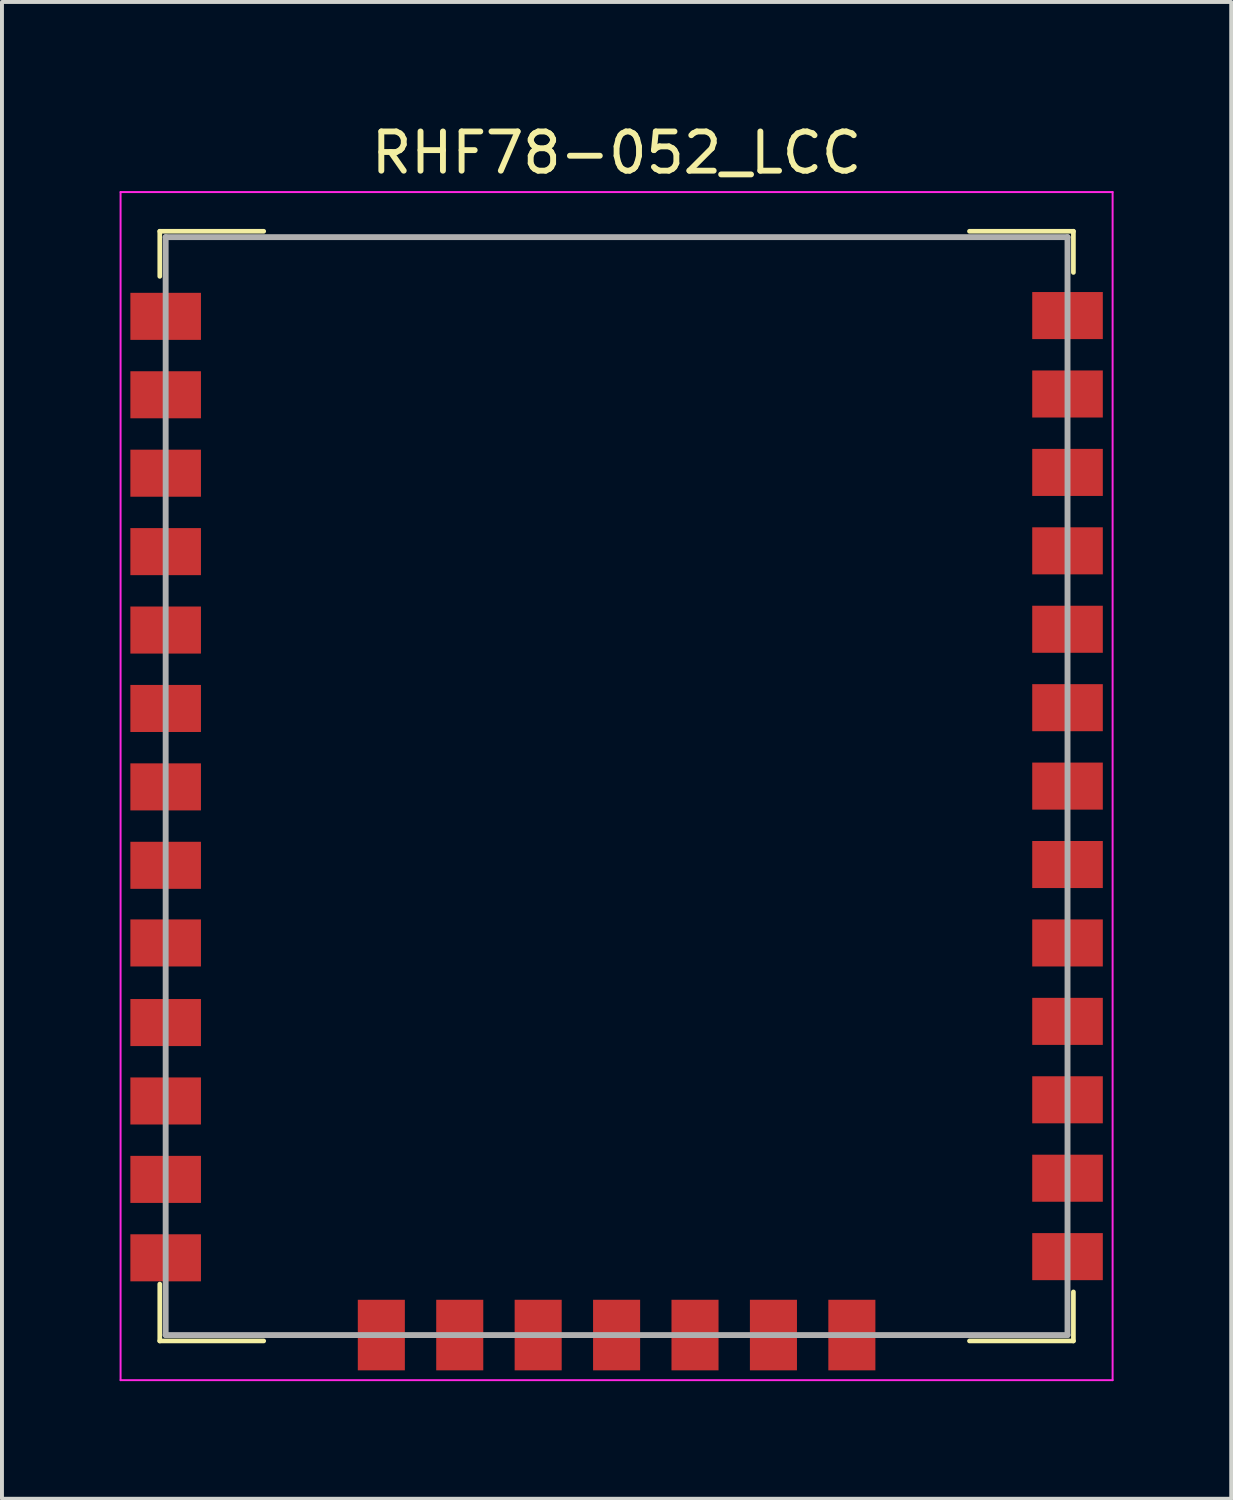
<source format=kicad_pcb>
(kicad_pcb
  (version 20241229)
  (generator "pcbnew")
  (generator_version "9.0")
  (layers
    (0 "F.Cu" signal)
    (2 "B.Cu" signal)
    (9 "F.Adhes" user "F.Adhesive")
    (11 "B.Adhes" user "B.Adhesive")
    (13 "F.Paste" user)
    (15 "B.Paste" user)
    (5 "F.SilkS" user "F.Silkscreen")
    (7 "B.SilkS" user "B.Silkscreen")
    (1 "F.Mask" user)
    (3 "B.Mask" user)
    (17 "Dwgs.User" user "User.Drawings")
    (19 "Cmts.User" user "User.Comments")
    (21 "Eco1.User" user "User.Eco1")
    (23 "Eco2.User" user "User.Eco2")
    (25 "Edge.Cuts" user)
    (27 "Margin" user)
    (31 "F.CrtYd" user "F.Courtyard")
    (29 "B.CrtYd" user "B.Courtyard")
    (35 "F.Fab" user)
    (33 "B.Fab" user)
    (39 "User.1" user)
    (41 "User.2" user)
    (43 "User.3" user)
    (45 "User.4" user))
  (footprint "RHF78-052_LCC"
    (layer "F.Cu")
    (at 12.675 16.998)
    (property "Reference" "RHF78-052_LCC" (at 0 -16.15 0) (layer "F.SilkS") (effects (font (size 1 1) (thickness 0.15))))
    (attr smd)
    (fp_line (start -11.65 -14.15) (end -11.65 -13) (stroke (width 0.12) (type solid)) (layer "F.SilkS"))
    (fp_line (start -11.65 14.15) (end -11.65 12.7) (stroke (width 0.12) (type solid)) (layer "F.SilkS"))
    (fp_line (start -9 -14.15) (end -11.65 -14.15) (stroke (width 0.12) (type solid)) (layer "F.SilkS"))
    (fp_line (start -9 14.15) (end -11.65 14.15) (stroke (width 0.12) (type solid)) (layer "F.SilkS"))
    (fp_line (start 9 -14.15) (end 11.65 -14.15) (stroke (width 0.12) (type solid)) (layer "F.SilkS"))
    (fp_line (start 9 14.15) (end 11.65 14.15) (stroke (width 0.12) (type solid)) (layer "F.SilkS"))
    (fp_line (start 11.65 -14.15) (end 11.65 -13.1) (stroke (width 0.12) (type solid)) (layer "F.SilkS"))
    (fp_line (start 11.65 14.15) (end 11.65 12.9) (stroke (width 0.12) (type solid)) (layer "F.SilkS"))
    (fp_line (start -12.65 -15.15) (end 12.65 -15.15) (stroke (width 0.05) (type solid)) (layer "F.CrtYd"))
    (fp_line (start -12.65 15.15) (end -12.65 -15.15) (stroke (width 0.05) (type solid)) (layer "F.CrtYd"))
    (fp_line (start 12.65 -15.15) (end 12.65 15.15) (stroke (width 0.05) (type solid)) (layer "F.CrtYd"))
    (fp_line (start 12.65 15.15) (end -12.65 15.15) (stroke (width 0.05) (type solid)) (layer "F.CrtYd"))
    (fp_line (start -11.5 -14) (end -11.5 14) (stroke (width 0.15) (type solid)) (layer "F.Fab"))
    (fp_line (start -11.5 14) (end 11.5 14) (stroke (width 0.15) (type solid)) (layer "F.Fab"))
    (fp_line (start 11.5 -14) (end -11.5 -14) (stroke (width 0.15) (type solid)) (layer "F.Fab"))
    (fp_line (start 11.5 14) (end 11.5 -14) (stroke (width 0.15) (type solid)) (layer "F.Fab"))
    (pad "1" smd rect (at -11.5 -11.98 90) (size 1.2 1.8) (layers "F.Cu" "F.Mask" "F.Paste"))
    (pad "2" smd rect (at -11.5 -9.98 90) (size 1.2 1.8) (layers "F.Cu" "F.Mask" "F.Paste"))
    (pad "3" smd rect (at -11.5 -7.98 90) (size 1.2 1.8) (layers "F.Cu" "F.Mask" "F.Paste"))
    (pad "4" smd rect (at -11.5 -5.98 90) (size 1.2 1.8) (layers "F.Cu" "F.Mask" "F.Paste"))
    (pad "5" smd rect (at -11.5 -3.98 90) (size 1.2 1.8) (layers "F.Cu" "F.Mask" "F.Paste"))
    (pad "6" smd rect (at -11.5 -1.98 90) (size 1.2 1.8) (layers "F.Cu" "F.Mask" "F.Paste"))
    (pad "7" smd rect (at -11.5 0.02 90) (size 1.2 1.8) (layers "F.Cu" "F.Mask" "F.Paste"))
    (pad "8" smd rect (at -11.5 2.02 90) (size 1.2 1.8) (layers "F.Cu" "F.Mask" "F.Paste"))
    (pad "9" smd rect (at -11.5 4 270) (size 1.2 1.8) (layers "F.Cu" "F.Mask" "F.Paste"))
    (pad "10" smd rect (at -11.5 6.03 270) (size 1.2 1.8) (layers "F.Cu" "F.Mask" "F.Paste"))
    (pad "11" smd rect (at -11.5 8.03 270) (size 1.2 1.8) (layers "F.Cu" "F.Mask" "F.Paste"))
    (pad "12" smd rect (at -11.5 10.03 270) (size 1.2 1.8) (layers "F.Cu" "F.Mask" "F.Paste"))
    (pad "13" smd rect (at -11.5 12.03 270) (size 1.2 1.8) (layers "F.Cu" "F.Mask" "F.Paste"))
    (pad "14" smd rect (at -6 14) (size 1.2 1.8) (layers "F.Cu" "F.Mask" "F.Paste"))
    (pad "15" smd rect (at -4 14) (size 1.2 1.8) (layers "F.Cu" "F.Mask" "F.Paste"))
    (pad "16" smd rect (at -2 14) (size 1.2 1.8) (layers "F.Cu" "F.Mask" "F.Paste"))
    (pad "17" smd rect (at 0 14) (size 1.2 1.8) (layers "F.Cu" "F.Mask" "F.Paste"))
    (pad "18" smd rect (at 2 14) (size 1.2 1.8) (layers "F.Cu" "F.Mask" "F.Paste"))
    (pad "19" smd rect (at 4 14) (size 1.2 1.8) (layers "F.Cu" "F.Mask" "F.Paste"))
    (pad "20" smd rect (at 6 14 180) (size 1.2 1.8) (layers "F.Cu" "F.Mask" "F.Paste"))
    (pad "21" smd rect (at 11.5 12 90) (size 1.2 1.8) (layers "F.Cu" "F.Mask" "F.Paste"))
    (pad "22" smd rect (at 11.5 10 90) (size 1.2 1.8) (layers "F.Cu" "F.Mask" "F.Paste"))
    (pad "23" smd rect (at 11.5 8 90) (size 1.2 1.8) (layers "F.Cu" "F.Mask" "F.Paste"))
    (pad "24" smd rect (at 11.5 6 90) (size 1.2 1.8) (layers "F.Cu" "F.Mask" "F.Paste"))
    (pad "25" smd rect (at 11.5 4 270) (size 1.2 1.8) (layers "F.Cu" "F.Mask" "F.Paste"))
    (pad "26" smd rect (at 11.5 2 270) (size 1.2 1.8) (layers "F.Cu" "F.Mask" "F.Paste"))
    (pad "27" smd rect (at 11.5 0 270) (size 1.2 1.8) (layers "F.Cu" "F.Mask" "F.Paste"))
    (pad "28" smd rect (at 11.5 -2 270) (size 1.2 1.8) (layers "F.Cu" "F.Mask" "F.Paste"))
    (pad "29" smd rect (at 11.5 -4 270) (size 1.2 1.8) (layers "F.Cu" "F.Mask" "F.Paste"))
    (pad "30" smd rect (at 11.5 -6 270) (size 1.2 1.8) (layers "F.Cu" "F.Mask" "F.Paste"))
    (pad "31" smd rect (at 11.5 -8 270) (size 1.2 1.8) (layers "F.Cu" "F.Mask" "F.Paste"))
    (pad "32" smd rect (at 11.5 -10 270) (size 1.2 1.8) (layers "F.Cu" "F.Mask" "F.Paste"))
    (pad "33" smd rect (at 11.5 -12 270) (size 1.2 1.8) (layers "F.Cu" "F.Mask" "F.Paste")))
  (gr_rect
    (start -3 -3)
    (end 28.35 35.173)
    (stroke (width 0.1) (type default))
    (fill no)
    (layer "Edge.Cuts")))
</source>
